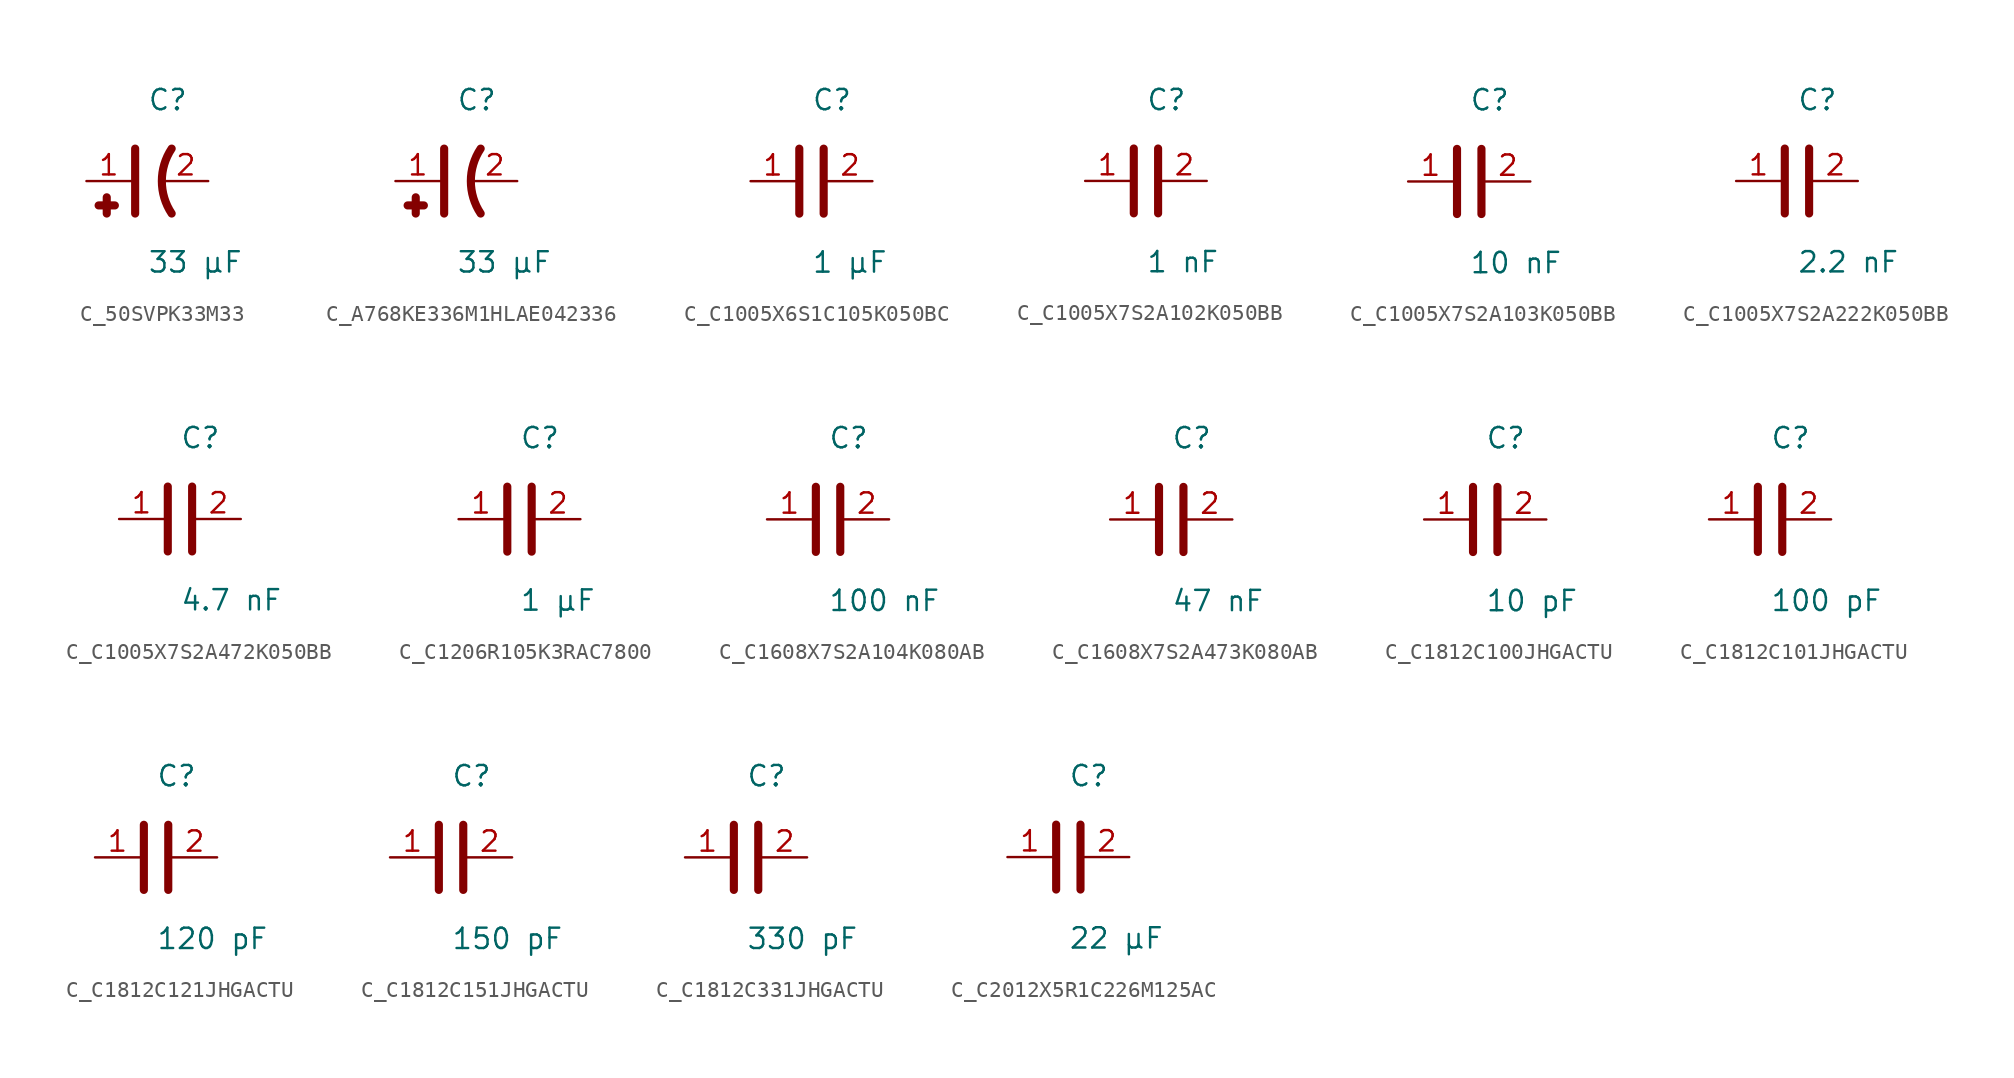
<source format=kicad_sym>
(kicad_symbol_lib
  (version 20231120)
  (generator kicad_symbol_editor)
  (generator_version 8.0)
  (symbol "C_50SVPK33M33"
    (pin_names
      (offset 0.254))
    (property "Reference" "C"
      (at 0.0 5.08 0)
      (effects (font (size 1.27 1.27)) (justify left)))
    (property "Value" "33 µF"
      (at 0.0 -5.08 0)
      (effects (font (size 1.27 1.27)) (justify left)))
    (symbol "C_50SVPK33M33_0_1"
      (polyline (pts (xy -0.762 -2.032) (xy -0.762 2.032)) (stroke (width 0.508) (type default)) (fill (type none)))
      (polyline (pts (xy -2.54 -1.016) (xy -2.54 -2.032)) (stroke (width 0.508) (type default)) (fill (type none)))
      (polyline (pts (xy -2.032 -1.524) (xy -3.048 -1.524)) (stroke (width 0.508) (type default)) (fill (type none)))
      (arc (start 1.524 2.032) (mid 0.9088 0) (end 1.524 -2.032) (stroke (width 0.508) (type default)) (fill (type none))))
    (pin unspecified line
      (at -3.81 0 0)
      (length 2.8)
      (name "" (effects (font (size 1.27 1.27))))
      (number "1" (effects (font (size 1.27 1.27)))))
    (pin unspecified line
      (at 3.81 0 180)
      (length 2.8)
      (name "" (effects (font (size 1.27 1.27))))
      (number "2" (effects (font (size 1.27 1.27))))))
  (symbol "C_A768KE336M1HLAE042336"
    (pin_names
      (offset 0.254))
    (property "Reference" "C"
      (at 0.0 5.08 0)
      (effects (font (size 1.27 1.27)) (justify left)))
    (property "Value" "33 µF"
      (at 0.0 -5.08 0)
      (effects (font (size 1.27 1.27)) (justify left)))
    (symbol "C_A768KE336M1HLAE042336_0_1"
      (polyline (pts (xy -0.762 -2.032) (xy -0.762 2.032)) (stroke (width 0.508) (type default)) (fill (type none)))
      (polyline (pts (xy -2.54 -1.016) (xy -2.54 -2.032)) (stroke (width 0.508) (type default)) (fill (type none)))
      (polyline (pts (xy -2.032 -1.524) (xy -3.048 -1.524)) (stroke (width 0.508) (type default)) (fill (type none)))
      (arc (start 1.524 2.032) (mid 0.9088 0) (end 1.524 -2.032) (stroke (width 0.508) (type default)) (fill (type none))))
    (pin unspecified line
      (at -3.81 0 0)
      (length 2.8)
      (name "" (effects (font (size 1.27 1.27))))
      (number "1" (effects (font (size 1.27 1.27)))))
    (pin unspecified line
      (at 3.81 0 180)
      (length 2.8)
      (name "" (effects (font (size 1.27 1.27))))
      (number "2" (effects (font (size 1.27 1.27))))))
  (symbol "C_C1005X6S1C105K050BC"
    (pin_names
      (offset 0.254))
    (property "Reference" "C"
      (at 0.0 5.08 0)
      (effects (font (size 1.27 1.27)) (justify left)))
    (property "Value" "1 µF"
      (at 0.0 -5.08 0)
      (effects (font (size 1.27 1.27)) (justify left)))
    (symbol "C_C1005X6S1C105K050BC_0_1"
      (polyline (pts (xy -0.762 -2.032) (xy -0.762 2.032)) (stroke (width 0.508) (type default)) (fill (type none)))
      (polyline (pts (xy 0.762 -2.032) (xy 0.762 2.032)) (stroke (width 0.508) (type default)) (fill (type none))))
    (pin unspecified line
      (at -3.81 0 0)
      (length 2.8)
      (name "" (effects (font (size 1.27 1.27))))
      (number "1" (effects (font (size 1.27 1.27)))))
    (pin unspecified line
      (at 3.81 0 180)
      (length 2.8)
      (name "" (effects (font (size 1.27 1.27))))
      (number "2" (effects (font (size 1.27 1.27))))))
  (symbol "C_C1005X7S2A102K050BB"
    (pin_names
      (offset 0.254))
    (property "Reference" "C"
      (at 0.0 5.08 0)
      (effects (font (size 1.27 1.27)) (justify left)))
    (property "Value" "1 nF"
      (at 0.0 -5.08 0)
      (effects (font (size 1.27 1.27)) (justify left)))
    (symbol "C_C1005X7S2A102K050BB_0_1"
      (polyline (pts (xy -0.762 -2.032) (xy -0.762 2.032)) (stroke (width 0.508) (type default)) (fill (type none)))
      (polyline (pts (xy 0.762 -2.032) (xy 0.762 2.032)) (stroke (width 0.508) (type default)) (fill (type none))))
    (pin unspecified line
      (at -3.81 0 0)
      (length 2.8)
      (name "" (effects (font (size 1.27 1.27))))
      (number "1" (effects (font (size 1.27 1.27)))))
    (pin unspecified line
      (at 3.81 0 180)
      (length 2.8)
      (name "" (effects (font (size 1.27 1.27))))
      (number "2" (effects (font (size 1.27 1.27))))))
  (symbol "C_C1005X7S2A103K050BB"
    (pin_names
      (offset 0.254))
    (property "Reference" "C"
      (at 0.0 5.08 0)
      (effects (font (size 1.27 1.27)) (justify left)))
    (property "Value" "10 nF"
      (at 0.0 -5.08 0)
      (effects (font (size 1.27 1.27)) (justify left)))
    (symbol "C_C1005X7S2A103K050BB_0_1"
      (polyline (pts (xy -0.762 -2.032) (xy -0.762 2.032)) (stroke (width 0.508) (type default)) (fill (type none)))
      (polyline (pts (xy 0.762 -2.032) (xy 0.762 2.032)) (stroke (width 0.508) (type default)) (fill (type none))))
    (pin unspecified line
      (at -3.81 0 0)
      (length 2.8)
      (name "" (effects (font (size 1.27 1.27))))
      (number "1" (effects (font (size 1.27 1.27)))))
    (pin unspecified line
      (at 3.81 0 180)
      (length 2.8)
      (name "" (effects (font (size 1.27 1.27))))
      (number "2" (effects (font (size 1.27 1.27))))))
  (symbol "C_C1005X7S2A222K050BB"
    (pin_names
      (offset 0.254))
    (property "Reference" "C"
      (at 0.0 5.08 0)
      (effects (font (size 1.27 1.27)) (justify left)))
    (property "Value" "2.2 nF"
      (at 0.0 -5.08 0)
      (effects (font (size 1.27 1.27)) (justify left)))
    (symbol "C_C1005X7S2A222K050BB_0_1"
      (polyline (pts (xy -0.762 -2.032) (xy -0.762 2.032)) (stroke (width 0.508) (type default)) (fill (type none)))
      (polyline (pts (xy 0.762 -2.032) (xy 0.762 2.032)) (stroke (width 0.508) (type default)) (fill (type none))))
    (pin unspecified line
      (at -3.81 0 0)
      (length 2.8)
      (name "" (effects (font (size 1.27 1.27))))
      (number "1" (effects (font (size 1.27 1.27)))))
    (pin unspecified line
      (at 3.81 0 180)
      (length 2.8)
      (name "" (effects (font (size 1.27 1.27))))
      (number "2" (effects (font (size 1.27 1.27))))))
  (symbol "C_C1005X7S2A472K050BB"
    (pin_names
      (offset 0.254))
    (property "Reference" "C"
      (at 0.0 5.08 0)
      (effects (font (size 1.27 1.27)) (justify left)))
    (property "Value" "4.7 nF"
      (at 0.0 -5.08 0)
      (effects (font (size 1.27 1.27)) (justify left)))
    (symbol "C_C1005X7S2A472K050BB_0_1"
      (polyline (pts (xy -0.762 -2.032) (xy -0.762 2.032)) (stroke (width 0.508) (type default)) (fill (type none)))
      (polyline (pts (xy 0.762 -2.032) (xy 0.762 2.032)) (stroke (width 0.508) (type default)) (fill (type none))))
    (pin unspecified line
      (at -3.81 0 0)
      (length 2.8)
      (name "" (effects (font (size 1.27 1.27))))
      (number "1" (effects (font (size 1.27 1.27)))))
    (pin unspecified line
      (at 3.81 0 180)
      (length 2.8)
      (name "" (effects (font (size 1.27 1.27))))
      (number "2" (effects (font (size 1.27 1.27))))))
  (symbol "C_C1206R105K3RAC7800"
    (pin_names
      (offset 0.254))
    (property "Reference" "C"
      (at 0.0 5.08 0)
      (effects (font (size 1.27 1.27)) (justify left)))
    (property "Value" "1 µF"
      (at 0.0 -5.08 0)
      (effects (font (size 1.27 1.27)) (justify left)))
    (symbol "C_C1206R105K3RAC7800_0_1"
      (polyline (pts (xy -0.762 -2.032) (xy -0.762 2.032)) (stroke (width 0.508) (type default)) (fill (type none)))
      (polyline (pts (xy 0.762 -2.032) (xy 0.762 2.032)) (stroke (width 0.508) (type default)) (fill (type none))))
    (pin unspecified line
      (at -3.81 0 0)
      (length 2.8)
      (name "" (effects (font (size 1.27 1.27))))
      (number "1" (effects (font (size 1.27 1.27)))))
    (pin unspecified line
      (at 3.81 0 180)
      (length 2.8)
      (name "" (effects (font (size 1.27 1.27))))
      (number "2" (effects (font (size 1.27 1.27))))))
  (symbol "C_C1608X7S2A104K080AB"
    (pin_names
      (offset 0.254))
    (property "Reference" "C"
      (at 0.0 5.08 0)
      (effects (font (size 1.27 1.27)) (justify left)))
    (property "Value" "100 nF"
      (at 0.0 -5.08 0)
      (effects (font (size 1.27 1.27)) (justify left)))
    (symbol "C_C1608X7S2A104K080AB_0_1"
      (polyline (pts (xy -0.762 -2.032) (xy -0.762 2.032)) (stroke (width 0.508) (type default)) (fill (type none)))
      (polyline (pts (xy 0.762 -2.032) (xy 0.762 2.032)) (stroke (width 0.508) (type default)) (fill (type none))))
    (pin unspecified line
      (at -3.81 0 0)
      (length 2.8)
      (name "" (effects (font (size 1.27 1.27))))
      (number "1" (effects (font (size 1.27 1.27)))))
    (pin unspecified line
      (at 3.81 0 180)
      (length 2.8)
      (name "" (effects (font (size 1.27 1.27))))
      (number "2" (effects (font (size 1.27 1.27))))))
  (symbol "C_C1608X7S2A473K080AB"
    (pin_names
      (offset 0.254))
    (property "Reference" "C"
      (at 0.0 5.08 0)
      (effects (font (size 1.27 1.27)) (justify left)))
    (property "Value" "47 nF"
      (at 0.0 -5.08 0)
      (effects (font (size 1.27 1.27)) (justify left)))
    (symbol "C_C1608X7S2A473K080AB_0_1"
      (polyline (pts (xy -0.762 -2.032) (xy -0.762 2.032)) (stroke (width 0.508) (type default)) (fill (type none)))
      (polyline (pts (xy 0.762 -2.032) (xy 0.762 2.032)) (stroke (width 0.508) (type default)) (fill (type none))))
    (pin unspecified line
      (at -3.81 0 0)
      (length 2.8)
      (name "" (effects (font (size 1.27 1.27))))
      (number "1" (effects (font (size 1.27 1.27)))))
    (pin unspecified line
      (at 3.81 0 180)
      (length 2.8)
      (name "" (effects (font (size 1.27 1.27))))
      (number "2" (effects (font (size 1.27 1.27))))))
  (symbol "C_C1812C100JHGACTU"
    (pin_names
      (offset 0.254))
    (property "Reference" "C"
      (at 0.0 5.08 0)
      (effects (font (size 1.27 1.27)) (justify left)))
    (property "Value" "10 pF"
      (at 0.0 -5.08 0)
      (effects (font (size 1.27 1.27)) (justify left)))
    (symbol "C_C1812C100JHGACTU_0_1"
      (polyline (pts (xy -0.762 -2.032) (xy -0.762 2.032)) (stroke (width 0.508) (type default)) (fill (type none)))
      (polyline (pts (xy 0.762 -2.032) (xy 0.762 2.032)) (stroke (width 0.508) (type default)) (fill (type none))))
    (pin unspecified line
      (at -3.81 0 0)
      (length 2.8)
      (name "" (effects (font (size 1.27 1.27))))
      (number "1" (effects (font (size 1.27 1.27)))))
    (pin unspecified line
      (at 3.81 0 180)
      (length 2.8)
      (name "" (effects (font (size 1.27 1.27))))
      (number "2" (effects (font (size 1.27 1.27))))))
  (symbol "C_C1812C101JHGACTU"
    (pin_names
      (offset 0.254))
    (property "Reference" "C"
      (at 0.0 5.08 0)
      (effects (font (size 1.27 1.27)) (justify left)))
    (property "Value" "100 pF"
      (at 0.0 -5.08 0)
      (effects (font (size 1.27 1.27)) (justify left)))
    (symbol "C_C1812C101JHGACTU_0_1"
      (polyline (pts (xy -0.762 -2.032) (xy -0.762 2.032)) (stroke (width 0.508) (type default)) (fill (type none)))
      (polyline (pts (xy 0.762 -2.032) (xy 0.762 2.032)) (stroke (width 0.508) (type default)) (fill (type none))))
    (pin unspecified line
      (at -3.81 0 0)
      (length 2.8)
      (name "" (effects (font (size 1.27 1.27))))
      (number "1" (effects (font (size 1.27 1.27)))))
    (pin unspecified line
      (at 3.81 0 180)
      (length 2.8)
      (name "" (effects (font (size 1.27 1.27))))
      (number "2" (effects (font (size 1.27 1.27))))))
  (symbol "C_C1812C121JHGACTU"
    (pin_names
      (offset 0.254))
    (property "Reference" "C"
      (at 0.0 5.08 0)
      (effects (font (size 1.27 1.27)) (justify left)))
    (property "Value" "120 pF"
      (at 0.0 -5.08 0)
      (effects (font (size 1.27 1.27)) (justify left)))
    (symbol "C_C1812C121JHGACTU_0_1"
      (polyline (pts (xy -0.762 -2.032) (xy -0.762 2.032)) (stroke (width 0.508) (type default)) (fill (type none)))
      (polyline (pts (xy 0.762 -2.032) (xy 0.762 2.032)) (stroke (width 0.508) (type default)) (fill (type none))))
    (pin unspecified line
      (at -3.81 0 0)
      (length 2.8)
      (name "" (effects (font (size 1.27 1.27))))
      (number "1" (effects (font (size 1.27 1.27)))))
    (pin unspecified line
      (at 3.81 0 180)
      (length 2.8)
      (name "" (effects (font (size 1.27 1.27))))
      (number "2" (effects (font (size 1.27 1.27))))))
  (symbol "C_C1812C151JHGACTU"
    (pin_names
      (offset 0.254))
    (property "Reference" "C"
      (at 0.0 5.08 0)
      (effects (font (size 1.27 1.27)) (justify left)))
    (property "Value" "150 pF"
      (at 0.0 -5.08 0)
      (effects (font (size 1.27 1.27)) (justify left)))
    (symbol "C_C1812C151JHGACTU_0_1"
      (polyline (pts (xy -0.762 -2.032) (xy -0.762 2.032)) (stroke (width 0.508) (type default)) (fill (type none)))
      (polyline (pts (xy 0.762 -2.032) (xy 0.762 2.032)) (stroke (width 0.508) (type default)) (fill (type none))))
    (pin unspecified line
      (at -3.81 0 0)
      (length 2.8)
      (name "" (effects (font (size 1.27 1.27))))
      (number "1" (effects (font (size 1.27 1.27)))))
    (pin unspecified line
      (at 3.81 0 180)
      (length 2.8)
      (name "" (effects (font (size 1.27 1.27))))
      (number "2" (effects (font (size 1.27 1.27))))))
  (symbol "C_C1812C331JHGACTU"
    (pin_names
      (offset 0.254))
    (property "Reference" "C"
      (at 0.0 5.08 0)
      (effects (font (size 1.27 1.27)) (justify left)))
    (property "Value" "330 pF"
      (at 0.0 -5.08 0)
      (effects (font (size 1.27 1.27)) (justify left)))
    (symbol "C_C1812C331JHGACTU_0_1"
      (polyline (pts (xy -0.762 -2.032) (xy -0.762 2.032)) (stroke (width 0.508) (type default)) (fill (type none)))
      (polyline (pts (xy 0.762 -2.032) (xy 0.762 2.032)) (stroke (width 0.508) (type default)) (fill (type none))))
    (pin unspecified line
      (at -3.81 0 0)
      (length 2.8)
      (name "" (effects (font (size 1.27 1.27))))
      (number "1" (effects (font (size 1.27 1.27)))))
    (pin unspecified line
      (at 3.81 0 180)
      (length 2.8)
      (name "" (effects (font (size 1.27 1.27))))
      (number "2" (effects (font (size 1.27 1.27))))))
  (symbol "C_C2012X5R1C226M125AC"
    (pin_names
      (offset 0.254))
    (property "Reference" "C"
      (at 0.0 5.08 0)
      (effects (font (size 1.27 1.27)) (justify left)))
    (property "Value" "22 µF"
      (at 0.0 -5.08 0)
      (effects (font (size 1.27 1.27)) (justify left)))
    (symbol "C_C2012X5R1C226M125AC_0_1"
      (polyline (pts (xy -0.762 -2.032) (xy -0.762 2.032)) (stroke (width 0.508) (type default)) (fill (type none)))
      (polyline (pts (xy 0.762 -2.032) (xy 0.762 2.032)) (stroke (width 0.508) (type default)) (fill (type none))))
    (pin unspecified line
      (at -3.81 0 0)
      (length 2.8)
      (name "" (effects (font (size 1.27 1.27))))
      (number "1" (effects (font (size 1.27 1.27)))))
    (pin unspecified line
      (at 3.81 0 180)
      (length 2.8)
      (name "" (effects (font (size 1.27 1.27))))
      (number "2" (effects (font (size 1.27 1.27)))))))
</source>
